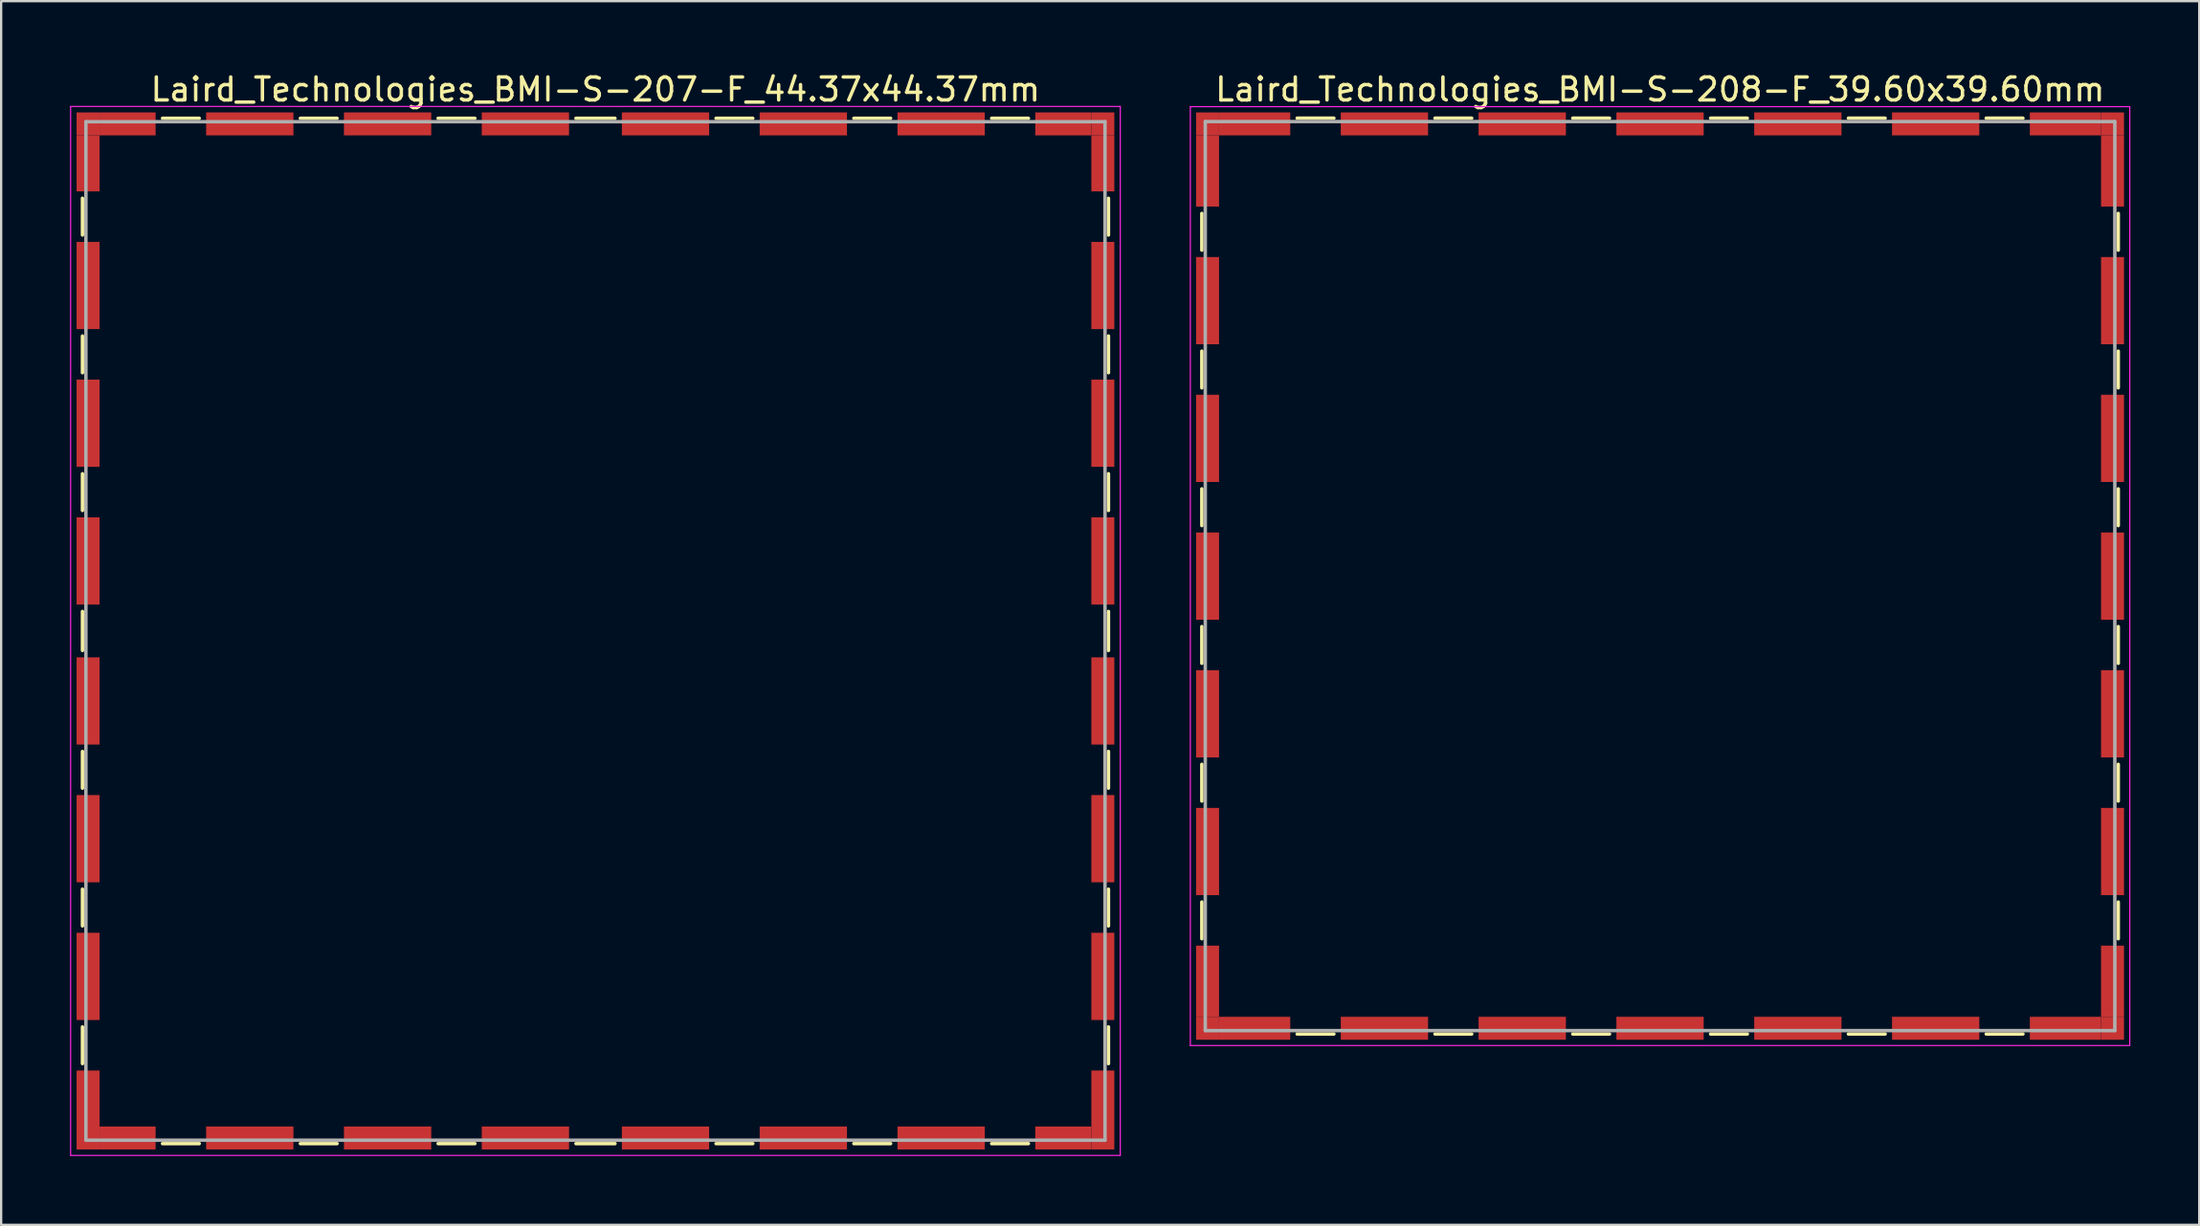
<source format=kicad_pcb>
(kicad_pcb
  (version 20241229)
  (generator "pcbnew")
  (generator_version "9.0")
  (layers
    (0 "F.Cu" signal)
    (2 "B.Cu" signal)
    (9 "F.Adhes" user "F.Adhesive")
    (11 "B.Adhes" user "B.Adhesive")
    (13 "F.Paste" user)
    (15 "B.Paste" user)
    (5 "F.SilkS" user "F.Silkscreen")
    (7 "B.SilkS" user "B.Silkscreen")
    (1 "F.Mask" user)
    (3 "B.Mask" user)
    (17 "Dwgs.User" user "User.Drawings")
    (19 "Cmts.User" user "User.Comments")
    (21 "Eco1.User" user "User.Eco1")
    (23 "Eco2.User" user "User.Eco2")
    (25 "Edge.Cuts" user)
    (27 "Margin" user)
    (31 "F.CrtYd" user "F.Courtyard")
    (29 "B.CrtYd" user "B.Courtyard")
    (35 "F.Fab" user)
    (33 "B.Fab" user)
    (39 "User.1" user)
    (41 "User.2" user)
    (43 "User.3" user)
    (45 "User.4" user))
  (footprint "Laird_Technologies_BMI-S-207-F_44.37x44.37mm"
    (layer "F.Cu")
    (at 22.875 24.438)
    (property "Reference" "Laird_Technologies_BMI-S-207-F_44.37x44.37mm" (at 0 -23.59 0) (layer "F.SilkS") (effects (font (size 1 1) (thickness 0.15))))
    (attr smd)
    (fp_line (start -22.335 -18.85) (end -22.335 -17.25) (stroke (width 0.15) (type solid)) (layer "F.SilkS"))
    (fp_line (start -22.335 -12.85) (end -22.335 -11.25) (stroke (width 0.15) (type solid)) (layer "F.SilkS"))
    (fp_line (start -22.335 -6.85) (end -22.335 -5.25) (stroke (width 0.15) (type solid)) (layer "F.SilkS"))
    (fp_line (start -22.335 -0.85) (end -22.335 0.85) (stroke (width 0.15) (type solid)) (layer "F.SilkS"))
    (fp_line (start -22.335 5.25) (end -22.335 6.85) (stroke (width 0.15) (type solid)) (layer "F.SilkS"))
    (fp_line (start -22.335 11.25) (end -22.335 12.85) (stroke (width 0.15) (type solid)) (layer "F.SilkS"))
    (fp_line (start -22.335 17.25) (end -22.335 18.85) (stroke (width 0.15) (type solid)) (layer "F.SilkS"))
    (fp_line (start -18.85 -22.335) (end -17.25 -22.335) (stroke (width 0.15) (type solid)) (layer "F.SilkS"))
    (fp_line (start -18.85 22.335) (end -17.25 22.335) (stroke (width 0.15) (type solid)) (layer "F.SilkS"))
    (fp_line (start -12.85 -22.335) (end -11.25 -22.335) (stroke (width 0.15) (type solid)) (layer "F.SilkS"))
    (fp_line (start -12.85 22.335) (end -11.25 22.335) (stroke (width 0.15) (type solid)) (layer "F.SilkS"))
    (fp_line (start -6.85 -22.335) (end -5.25 -22.335) (stroke (width 0.15) (type solid)) (layer "F.SilkS"))
    (fp_line (start -6.85 22.335) (end -5.25 22.335) (stroke (width 0.15) (type solid)) (layer "F.SilkS"))
    (fp_line (start -0.85 -22.335) (end 0.85 -22.335) (stroke (width 0.15) (type solid)) (layer "F.SilkS"))
    (fp_line (start -0.85 22.335) (end 0.85 22.335) (stroke (width 0.15) (type solid)) (layer "F.SilkS"))
    (fp_line (start 5.25 -22.335) (end 6.85 -22.335) (stroke (width 0.15) (type solid)) (layer "F.SilkS"))
    (fp_line (start 5.25 22.335) (end 6.85 22.335) (stroke (width 0.15) (type solid)) (layer "F.SilkS"))
    (fp_line (start 11.25 -22.335) (end 12.85 -22.335) (stroke (width 0.15) (type solid)) (layer "F.SilkS"))
    (fp_line (start 11.25 22.335) (end 12.85 22.335) (stroke (width 0.15) (type solid)) (layer "F.SilkS"))
    (fp_line (start 17.25 -22.335) (end 18.85 -22.335) (stroke (width 0.15) (type solid)) (layer "F.SilkS"))
    (fp_line (start 17.25 22.335) (end 18.85 22.335) (stroke (width 0.15) (type solid)) (layer "F.SilkS"))
    (fp_line (start 22.335 -18.85) (end 22.335 -17.25) (stroke (width 0.15) (type solid)) (layer "F.SilkS"))
    (fp_line (start 22.335 -12.85) (end 22.335 -11.25) (stroke (width 0.15) (type solid)) (layer "F.SilkS"))
    (fp_line (start 22.335 -6.85) (end 22.335 -5.25) (stroke (width 0.15) (type solid)) (layer "F.SilkS"))
    (fp_line (start 22.335 -0.85) (end 22.335 0.85) (stroke (width 0.15) (type solid)) (layer "F.SilkS"))
    (fp_line (start 22.335 5.25) (end 22.335 6.85) (stroke (width 0.15) (type solid)) (layer "F.SilkS"))
    (fp_line (start 22.335 11.25) (end 22.335 12.85) (stroke (width 0.15) (type solid)) (layer "F.SilkS"))
    (fp_line (start 22.335 17.25) (end 22.335 18.85) (stroke (width 0.15) (type solid)) (layer "F.SilkS"))
    (fp_line (start -22.85 -22.85) (end -22.85 22.85) (stroke (width 0.05) (type solid)) (layer "F.CrtYd"))
    (fp_line (start -22.85 22.85) (end 22.85 22.85) (stroke (width 0.05) (type solid)) (layer "F.CrtYd"))
    (fp_line (start 22.85 -22.85) (end -22.85 -22.85) (stroke (width 0.05) (type solid)) (layer "F.CrtYd"))
    (fp_line (start 22.85 22.85) (end 22.85 -22.85) (stroke (width 0.05) (type solid)) (layer "F.CrtYd"))
    (fp_line (start -22.185 -22.185) (end -22.185 22.185) (stroke (width 0.15) (type solid)) (layer "F.Fab"))
    (fp_line (start -22.185 22.185) (end 22.185 22.185) (stroke (width 0.15) (type solid)) (layer "F.Fab"))
    (fp_line (start 22.185 -22.185) (end -22.185 -22.185) (stroke (width 0.15) (type solid)) (layer "F.Fab"))
    (fp_line (start 22.185 22.185) (end 22.185 -22.185) (stroke (width 0.15) (type solid)) (layer "F.Fab"))
    (pad "1" smd rect (at -22.09 -22.09) (size 1 1) (layers "F.Cu" "F.Mask"))
    (pad "1" smd rect (at -22.09 -20.37) (size 1 2.44) (layers "F.Cu" "F.Mask"))
    (pad "1" smd rect (at -22.09 -15.05) (size 1 3.8) (layers "F.Cu" "F.Mask"))
    (pad "1" smd rect (at -22.09 -9.05) (size 1 3.8) (layers "F.Cu" "F.Mask"))
    (pad "1" smd rect (at -22.09 -3.05) (size 1 3.8) (layers "F.Cu" "F.Mask"))
    (pad "1" smd rect (at -22.09 3.05) (size 1 3.8) (layers "F.Cu" "F.Mask"))
    (pad "1" smd rect (at -22.09 9.05) (size 1 3.8) (layers "F.Cu" "F.Mask"))
    (pad "1" smd rect (at -22.09 15.05) (size 1 3.8) (layers "F.Cu" "F.Mask"))
    (pad "1" smd rect (at -22.09 20.37) (size 1 2.44) (layers "F.Cu" "F.Mask"))
    (pad "1" smd rect (at -22.09 22.09) (size 1 1) (layers "F.Cu" "F.Mask"))
    (pad "1" smd rect (at -20.37 -22.09) (size 2.44 1) (layers "F.Cu" "F.Mask"))
    (pad "1" smd rect (at -20.37 22.09) (size 2.44 1) (layers "F.Cu" "F.Mask"))
    (pad "1" smd rect (at -15.05 -22.09) (size 3.8 1) (layers "F.Cu" "F.Mask"))
    (pad "1" smd rect (at -15.05 22.09) (size 3.8 1) (layers "F.Cu" "F.Mask"))
    (pad "1" smd rect (at -9.05 -22.09) (size 3.8 1) (layers "F.Cu" "F.Mask"))
    (pad "1" smd rect (at -9.05 22.09) (size 3.8 1) (layers "F.Cu" "F.Mask"))
    (pad "1" smd rect (at -3.05 -22.09) (size 3.8 1) (layers "F.Cu" "F.Mask"))
    (pad "1" smd rect (at -3.05 22.09) (size 3.8 1) (layers "F.Cu" "F.Mask"))
    (pad "1" smd rect (at 3.05 -22.09) (size 3.8 1) (layers "F.Cu" "F.Mask"))
    (pad "1" smd rect (at 3.05 22.09) (size 3.8 1) (layers "F.Cu" "F.Mask"))
    (pad "1" smd rect (at 9.05 -22.09) (size 3.8 1) (layers "F.Cu" "F.Mask"))
    (pad "1" smd rect (at 9.05 22.09) (size 3.8 1) (layers "F.Cu" "F.Mask"))
    (pad "1" smd rect (at 15.05 -22.09) (size 3.8 1) (layers "F.Cu" "F.Mask"))
    (pad "1" smd rect (at 15.05 22.09) (size 3.8 1) (layers "F.Cu" "F.Mask"))
    (pad "1" smd rect (at 20.37 -22.09) (size 2.44 1) (layers "F.Cu" "F.Mask"))
    (pad "1" smd rect (at 20.37 22.09) (size 2.44 1) (layers "F.Cu" "F.Mask"))
    (pad "1" smd rect (at 22.09 -22.09) (size 1 1) (layers "F.Cu" "F.Mask"))
    (pad "1" smd rect (at 22.09 -20.37) (size 1 2.44) (layers "F.Cu" "F.Mask"))
    (pad "1" smd rect (at 22.09 -15.05) (size 1 3.8) (layers "F.Cu" "F.Mask"))
    (pad "1" smd rect (at 22.09 -9.05) (size 1 3.8) (layers "F.Cu" "F.Mask"))
    (pad "1" smd rect (at 22.09 -3.05) (size 1 3.8) (layers "F.Cu" "F.Mask"))
    (pad "1" smd rect (at 22.09 3.05) (size 1 3.8) (layers "F.Cu" "F.Mask"))
    (pad "1" smd rect (at 22.09 9.05) (size 1 3.8) (layers "F.Cu" "F.Mask"))
    (pad "1" smd rect (at 22.09 15.05) (size 1 3.8) (layers "F.Cu" "F.Mask"))
    (pad "1" smd rect (at 22.09 20.37) (size 1 2.44) (layers "F.Cu" "F.Mask"))
    (pad "1" smd rect (at 22.09 22.09) (size 1 1) (layers "F.Cu" "F.Mask")))
  (footprint "Laird_Technologies_BMI-S-208-F_39.60x39.60mm"
    (layer "F.Cu")
    (at 69.225 22.048)
    (property "Reference" "Laird_Technologies_BMI-S-208-F_39.60x39.60mm" (at 0 -21.2 0) (layer "F.SilkS") (effects (font (size 1 1) (thickness 0.15))))
    (attr smd)
    (fp_line (start -19.95 -15.8) (end -19.95 -14.2) (stroke (width 0.15) (type solid)) (layer "F.SilkS"))
    (fp_line (start -19.95 -9.8) (end -19.95 -8.2) (stroke (width 0.15) (type solid)) (layer "F.SilkS"))
    (fp_line (start -19.95 -3.8) (end -19.95 -2.2) (stroke (width 0.15) (type solid)) (layer "F.SilkS"))
    (fp_line (start -19.95 2.2) (end -19.95 3.8) (stroke (width 0.15) (type solid)) (layer "F.SilkS"))
    (fp_line (start -19.95 8.2) (end -19.95 9.8) (stroke (width 0.15) (type solid)) (layer "F.SilkS"))
    (fp_line (start -19.95 14.2) (end -19.95 15.8) (stroke (width 0.15) (type solid)) (layer "F.SilkS"))
    (fp_line (start -15.8 -19.95) (end -14.2 -19.95) (stroke (width 0.15) (type solid)) (layer "F.SilkS"))
    (fp_line (start -15.8 19.95) (end -14.2 19.95) (stroke (width 0.15) (type solid)) (layer "F.SilkS"))
    (fp_line (start -9.8 -19.95) (end -8.2 -19.95) (stroke (width 0.15) (type solid)) (layer "F.SilkS"))
    (fp_line (start -9.8 19.95) (end -8.2 19.95) (stroke (width 0.15) (type solid)) (layer "F.SilkS"))
    (fp_line (start -3.8 -19.95) (end -2.2 -19.95) (stroke (width 0.15) (type solid)) (layer "F.SilkS"))
    (fp_line (start -3.8 19.95) (end -2.2 19.95) (stroke (width 0.15) (type solid)) (layer "F.SilkS"))
    (fp_line (start 2.2 -19.95) (end 3.8 -19.95) (stroke (width 0.15) (type solid)) (layer "F.SilkS"))
    (fp_line (start 2.2 19.95) (end 3.8 19.95) (stroke (width 0.15) (type solid)) (layer "F.SilkS"))
    (fp_line (start 8.2 -19.95) (end 9.8 -19.95) (stroke (width 0.15) (type solid)) (layer "F.SilkS"))
    (fp_line (start 8.2 19.95) (end 9.8 19.95) (stroke (width 0.15) (type solid)) (layer "F.SilkS"))
    (fp_line (start 14.2 -19.95) (end 15.8 -19.95) (stroke (width 0.15) (type solid)) (layer "F.SilkS"))
    (fp_line (start 14.2 19.95) (end 15.8 19.95) (stroke (width 0.15) (type solid)) (layer "F.SilkS"))
    (fp_line (start 19.95 -15.8) (end 19.95 -14.2) (stroke (width 0.15) (type solid)) (layer "F.SilkS"))
    (fp_line (start 19.95 -9.8) (end 19.95 -8.2) (stroke (width 0.15) (type solid)) (layer "F.SilkS"))
    (fp_line (start 19.95 -3.8) (end 19.95 -2.2) (stroke (width 0.15) (type solid)) (layer "F.SilkS"))
    (fp_line (start 19.95 2.2) (end 19.95 3.8) (stroke (width 0.15) (type solid)) (layer "F.SilkS"))
    (fp_line (start 19.95 8.2) (end 19.95 9.8) (stroke (width 0.15) (type solid)) (layer "F.SilkS"))
    (fp_line (start 19.95 14.2) (end 19.95 15.8) (stroke (width 0.15) (type solid)) (layer "F.SilkS"))
    (fp_line (start -20.45 -20.45) (end -20.45 20.45) (stroke (width 0.05) (type solid)) (layer "F.CrtYd"))
    (fp_line (start -20.45 20.45) (end 20.45 20.45) (stroke (width 0.05) (type solid)) (layer "F.CrtYd"))
    (fp_line (start 20.45 -20.45) (end -20.45 -20.45) (stroke (width 0.05) (type solid)) (layer "F.CrtYd"))
    (fp_line (start 20.45 20.45) (end 20.45 -20.45) (stroke (width 0.05) (type solid)) (layer "F.CrtYd"))
    (fp_line (start -19.8 -19.8) (end -19.8 19.8) (stroke (width 0.15) (type solid)) (layer "F.Fab"))
    (fp_line (start -19.8 19.8) (end 19.8 19.8) (stroke (width 0.15) (type solid)) (layer "F.Fab"))
    (fp_line (start 19.8 -19.8) (end -19.8 -19.8) (stroke (width 0.15) (type solid)) (layer "F.Fab"))
    (fp_line (start 19.8 19.8) (end 19.8 -19.8) (stroke (width 0.15) (type solid)) (layer "F.Fab"))
    (pad "1" smd rect (at -19.7 -19.7) (size 1 1) (layers "F.Cu" "F.Mask"))
    (pad "1" smd rect (at -19.7 -17.65) (size 1 3.1) (layers "F.Cu" "F.Mask"))
    (pad "1" smd rect (at -19.7 -12) (size 1 3.8) (layers "F.Cu" "F.Mask"))
    (pad "1" smd rect (at -19.7 -6) (size 1 3.8) (layers "F.Cu" "F.Mask"))
    (pad "1" smd rect (at -19.7 0) (size 1 3.8) (layers "F.Cu" "F.Mask"))
    (pad "1" smd rect (at -19.7 6) (size 1 3.8) (layers "F.Cu" "F.Mask"))
    (pad "1" smd rect (at -19.7 12) (size 1 3.8) (layers "F.Cu" "F.Mask"))
    (pad "1" smd rect (at -19.7 17.65) (size 1 3.1) (layers "F.Cu" "F.Mask"))
    (pad "1" smd rect (at -19.7 19.7) (size 1 1) (layers "F.Cu" "F.Mask"))
    (pad "1" smd rect (at -17.65 -19.7) (size 3.1 1) (layers "F.Cu" "F.Mask"))
    (pad "1" smd rect (at -17.65 19.7) (size 3.1 1) (layers "F.Cu" "F.Mask"))
    (pad "1" smd rect (at -12 -19.7) (size 3.8 1) (layers "F.Cu" "F.Mask"))
    (pad "1" smd rect (at -12 19.7) (size 3.8 1) (layers "F.Cu" "F.Mask"))
    (pad "1" smd rect (at -6 -19.7) (size 3.8 1) (layers "F.Cu" "F.Mask"))
    (pad "1" smd rect (at -6 19.7) (size 3.8 1) (layers "F.Cu" "F.Mask"))
    (pad "1" smd rect (at 0 -19.7) (size 3.8 1) (layers "F.Cu" "F.Mask"))
    (pad "1" smd rect (at 0 19.7) (size 3.8 1) (layers "F.Cu" "F.Mask"))
    (pad "1" smd rect (at 6 -19.7) (size 3.8 1) (layers "F.Cu" "F.Mask"))
    (pad "1" smd rect (at 6 19.7) (size 3.8 1) (layers "F.Cu" "F.Mask"))
    (pad "1" smd rect (at 12 -19.7) (size 3.8 1) (layers "F.Cu" "F.Mask"))
    (pad "1" smd rect (at 12 19.7) (size 3.8 1) (layers "F.Cu" "F.Mask"))
    (pad "1" smd rect (at 17.65 -19.7) (size 3.1 1) (layers "F.Cu" "F.Mask"))
    (pad "1" smd rect (at 17.65 19.7) (size 3.1 1) (layers "F.Cu" "F.Mask"))
    (pad "1" smd rect (at 19.7 -19.7) (size 1 1) (layers "F.Cu" "F.Mask"))
    (pad "1" smd rect (at 19.7 -17.65) (size 1 3.1) (layers "F.Cu" "F.Mask"))
    (pad "1" smd rect (at 19.7 -12) (size 1 3.8) (layers "F.Cu" "F.Mask"))
    (pad "1" smd rect (at 19.7 -6) (size 1 3.8) (layers "F.Cu" "F.Mask"))
    (pad "1" smd rect (at 19.7 0) (size 1 3.8) (layers "F.Cu" "F.Mask"))
    (pad "1" smd rect (at 19.7 6) (size 1 3.8) (layers "F.Cu" "F.Mask"))
    (pad "1" smd rect (at 19.7 12) (size 1 3.8) (layers "F.Cu" "F.Mask"))
    (pad "1" smd rect (at 19.7 17.65) (size 1 3.1) (layers "F.Cu" "F.Mask"))
    (pad "1" smd rect (at 19.7 19.7) (size 1 1) (layers "F.Cu" "F.Mask")))
  (gr_rect
    (start -3 -3)
    (end 92.7 50.313)
    (stroke (width 0.1) (type default))
    (fill no)
    (layer "Edge.Cuts")))
</source>
